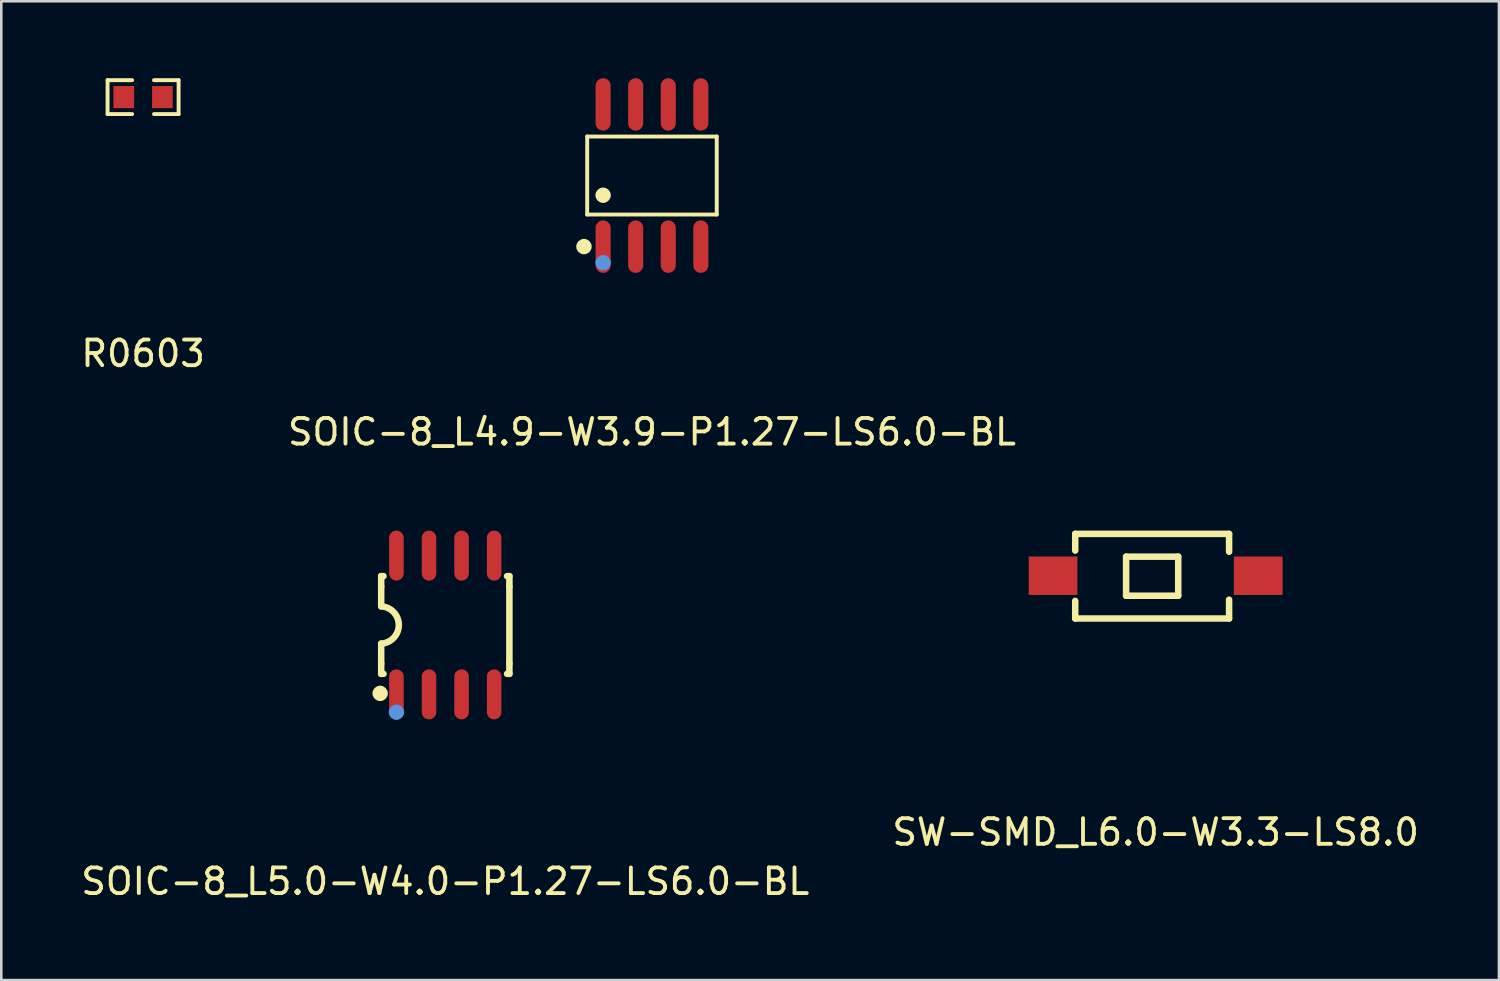
<source format=kicad_pcb>
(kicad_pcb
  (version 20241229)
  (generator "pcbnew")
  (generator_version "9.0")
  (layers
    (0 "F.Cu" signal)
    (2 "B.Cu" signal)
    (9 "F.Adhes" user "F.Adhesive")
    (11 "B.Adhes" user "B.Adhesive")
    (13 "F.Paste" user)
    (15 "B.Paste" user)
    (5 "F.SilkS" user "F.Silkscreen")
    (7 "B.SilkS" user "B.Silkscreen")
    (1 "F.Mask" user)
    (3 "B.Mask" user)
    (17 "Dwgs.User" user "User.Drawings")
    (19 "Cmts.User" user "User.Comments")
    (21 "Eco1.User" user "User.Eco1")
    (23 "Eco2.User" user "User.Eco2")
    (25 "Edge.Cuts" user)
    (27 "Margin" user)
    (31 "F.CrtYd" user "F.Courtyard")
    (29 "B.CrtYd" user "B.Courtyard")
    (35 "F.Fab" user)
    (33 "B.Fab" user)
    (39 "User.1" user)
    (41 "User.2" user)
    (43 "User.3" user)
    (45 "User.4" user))
  (footprint "SOIC-8_L5.0-W4.0-P1.27-LS6.0-BL"
    (layer "F.Cu")
    (at 14.315 21.323)
    (property "Reference" "SOIC-8_L5.0-W4.0-P1.27-LS6.0-BL" (at 0 10 0) (layer "F.SilkS") (effects (font (size 1 1) (thickness 0.15))))
    (attr through_hole)
    (fp_line (start -2.5 -1.905) (end -2.409 -1.905) (stroke (width 0.254) (type solid)) (layer "F.SilkS"))
    (fp_line (start -2.5 -1.5) (end -2.5 -1.905) (stroke (width 0.254) (type solid)) (layer "F.SilkS"))
    (fp_line (start -2.5 -1.5) (end -2.5 -0.726) (stroke (width 0.254) (type solid)) (layer "F.SilkS"))
    (fp_line (start -2.5 1.5) (end -2.5 0.727) (stroke (width 0.254) (type solid)) (layer "F.SilkS"))
    (fp_line (start -2.5 1.5) (end -2.5 1.905) (stroke (width 0.254) (type solid)) (layer "F.SilkS"))
    (fp_line (start -2.5 1.905) (end -2.409 1.905) (stroke (width 0.254) (type solid)) (layer "F.SilkS"))
    (fp_line (start 2.5 -1.905) (end 2.409 -1.905) (stroke (width 0.254) (type solid)) (layer "F.SilkS"))
    (fp_line (start 2.5 -1.5) (end 2.5 -1.905) (stroke (width 0.254) (type solid)) (layer "F.SilkS"))
    (fp_line (start 2.5 -1.5) (end 2.5 1.5) (stroke (width 0.254) (type solid)) (layer "F.SilkS"))
    (fp_line (start 2.5 1.5) (end 2.5 1.905) (stroke (width 0.254) (type solid)) (layer "F.SilkS"))
    (fp_line (start 2.5 1.905) (end 2.409 1.905) (stroke (width 0.254) (type solid)) (layer "F.SilkS"))
    (fp_arc (start -2.495093 -0.726288) (mid -1.812141 0.002452) (end -2.499994 0.726567) (stroke (width 0.254) (type solid)) (layer "F.SilkS"))
    (fp_circle (center -2.54 2.667) (end -2.54 2.817) (stroke (width 0.3) (type solid)) (fill no) (layer "F.SilkS"))
    (fp_circle (center -1.905 3.4) (end -1.905 3.55) (stroke (width 0.3) (type solid)) (fill no) (layer "Cmts.User"))
    (pad "1" smd oval (at -1.905 2.705) (size 0.568 1.95) (layers "F.Cu" "F.Mask" "F.Paste"))
    (pad "2" smd oval (at -0.635 2.705) (size 0.568 1.95) (layers "F.Cu" "F.Mask" "F.Paste"))
    (pad "3" smd oval (at 0.635 2.705) (size 0.568 1.95) (layers "F.Cu" "F.Mask" "F.Paste"))
    (pad "4" smd oval (at 1.905 2.705) (size 0.568 1.95) (layers "F.Cu" "F.Mask" "F.Paste"))
    (pad "5" smd oval (at 1.905 -2.705) (size 0.568 1.95) (layers "F.Cu" "F.Mask" "F.Paste"))
    (pad "6" smd oval (at 0.635 -2.705) (size 0.568 1.95) (layers "F.Cu" "F.Mask" "F.Paste"))
    (pad "7" smd oval (at -0.635 -2.705) (size 0.568 1.95) (layers "F.Cu" "F.Mask" "F.Paste"))
    (pad "8" smd oval (at -1.905 -2.705) (size 0.568 1.95) (layers "F.Cu" "F.Mask" "F.Paste")))
  (footprint "R0603"
    (layer "F.Cu")
    (at 2.53 0.737)
    (property "Reference" "R0603" (at 0 10 0) (layer "F.SilkS") (effects (font (size 1 1) (thickness 0.15))))
    (attr through_hole)
    (fp_line (start -1.385 -0.661) (end -0.426 -0.661) (stroke (width 0.152) (type solid)) (layer "F.SilkS"))
    (fp_line (start -1.385 0.661) (end -1.385 -0.661) (stroke (width 0.152) (type solid)) (layer "F.SilkS"))
    (fp_line (start -0.426 0.661) (end -1.385 0.661) (stroke (width 0.152) (type solid)) (layer "F.SilkS"))
    (fp_line (start 0.426 0.661) (end 1.385 0.661) (stroke (width 0.152) (type solid)) (layer "F.SilkS"))
    (fp_line (start 1.385 -0.661) (end 0.426 -0.661) (stroke (width 0.152) (type solid)) (layer "F.SilkS"))
    (fp_line (start 1.385 0.661) (end 1.385 -0.661) (stroke (width 0.152) (type solid)) (layer "F.SilkS"))
    (pad "1" smd rect (at -0.753 0) (size 0.806 0.864) (layers "F.Cu" "F.Mask" "F.Paste"))
    (pad "2" smd rect (at 0.753 0) (size 0.806 0.864) (layers "F.Cu" "F.Mask" "F.Paste")))
  (footprint "SW-SMD_L6.0-W3.3-LS8.0"
    (layer "F.Cu")
    (at 42.018 19.402)
    (property "Reference" "SW-SMD_L6.0-W3.3-LS8.0" (at 0 10 0) (layer "F.SilkS") (effects (font (size 1 1) (thickness 0.15))))
    (attr through_hole)
    (fp_line (start -3.137 -1.632) (end -3.137 -0.981) (stroke (width 0.254) (type solid)) (layer "F.SilkS"))
    (fp_line (start -3.137 -1.632) (end 2.863 -1.632) (stroke (width 0.254) (type solid)) (layer "F.SilkS"))
    (fp_line (start -3.137 0.981) (end -3.137 1.668) (stroke (width 0.254) (type solid)) (layer "F.SilkS"))
    (fp_line (start -1.153 -0.744) (end 0.879 -0.744) (stroke (width 0.254) (type solid)) (layer "F.SilkS"))
    (fp_line (start -1.153 0.78) (end -1.153 -0.744) (stroke (width 0.254) (type solid)) (layer "F.SilkS"))
    (fp_line (start 0.879 -0.744) (end 0.879 0.78) (stroke (width 0.254) (type solid)) (layer "F.SilkS"))
    (fp_line (start 0.879 0.78) (end -1.153 0.78) (stroke (width 0.254) (type solid)) (layer "F.SilkS"))
    (fp_line (start 2.863 -0.935) (end 2.863 -1.632) (stroke (width 0.254) (type solid)) (layer "F.SilkS"))
    (fp_line (start 2.863 1.668) (end -3.137 1.668) (stroke (width 0.254) (type solid)) (layer "F.SilkS"))
    (fp_line (start 2.863 1.668) (end 2.863 0.935) (stroke (width 0.254) (type solid)) (layer "F.SilkS"))
    (pad "1" smd rect (at -4 0) (size 1.9 1.5) (layers "F.Cu" "F.Mask" "F.Paste"))
    (pad "2" smd rect (at 4 0) (size 1.9 1.5) (layers "F.Cu" "F.Mask" "F.Paste")))
  (footprint "SOIC-8_L4.9-W3.9-P1.27-LS6.0-BL"
    (layer "F.Cu")
    (at 22.375 3.795)
    (property "Reference" "SOIC-8_L4.9-W3.9-P1.27-LS6.0-BL" (at 0 10 0) (layer "F.SilkS") (effects (font (size 1 1) (thickness 0.15))))
    (attr through_hole)
    (fp_line (start -2.526 -1.521) (end 2.526 -1.521) (stroke (width 0.152) (type solid)) (layer "F.SilkS"))
    (fp_line (start -2.526 1.521) (end -2.526 -1.521) (stroke (width 0.152) (type solid)) (layer "F.SilkS"))
    (fp_line (start 2.526 -1.521) (end 2.526 1.521) (stroke (width 0.152) (type solid)) (layer "F.SilkS"))
    (fp_line (start 2.526 1.521) (end -2.526 1.521) (stroke (width 0.152) (type solid)) (layer "F.SilkS"))
    (fp_circle (center -2.652 2.772) (end -2.652 2.923) (stroke (width 0.3) (type solid)) (fill no) (layer "F.SilkS"))
    (fp_circle (center -1.905 0.769) (end -1.905 0.919) (stroke (width 0.3) (type solid)) (fill no) (layer "F.SilkS"))
    (fp_circle (center -1.905 3.4) (end -1.905 3.55) (stroke (width 0.3) (type solid)) (fill no) (layer "Cmts.User"))
    (pad "1" smd oval (at -1.905 2.772) (size 0.588 2.045) (layers "F.Cu" "F.Mask" "F.Paste"))
    (pad "2" smd oval (at -0.635 2.772) (size 0.588 2.045) (layers "F.Cu" "F.Mask" "F.Paste"))
    (pad "3" smd oval (at 0.635 2.772) (size 0.588 2.045) (layers "F.Cu" "F.Mask" "F.Paste"))
    (pad "4" smd oval (at 1.905 2.772) (size 0.588 2.045) (layers "F.Cu" "F.Mask" "F.Paste"))
    (pad "5" smd oval (at 1.905 -2.772) (size 0.588 2.045) (layers "F.Cu" "F.Mask" "F.Paste"))
    (pad "6" smd oval (at 0.635 -2.772) (size 0.588 2.045) (layers "F.Cu" "F.Mask" "F.Paste"))
    (pad "7" smd oval (at -0.635 -2.772) (size 0.588 2.045) (layers "F.Cu" "F.Mask" "F.Paste"))
    (pad "8" smd oval (at -1.905 -2.772) (size 0.588 2.045) (layers "F.Cu" "F.Mask" "F.Paste")))
  (gr_rect
    (start -3 -3)
    (end 55.405 35.172)
    (stroke (width 0.1) (type default))
    (fill no)
    (layer "Edge.Cuts")))
</source>
